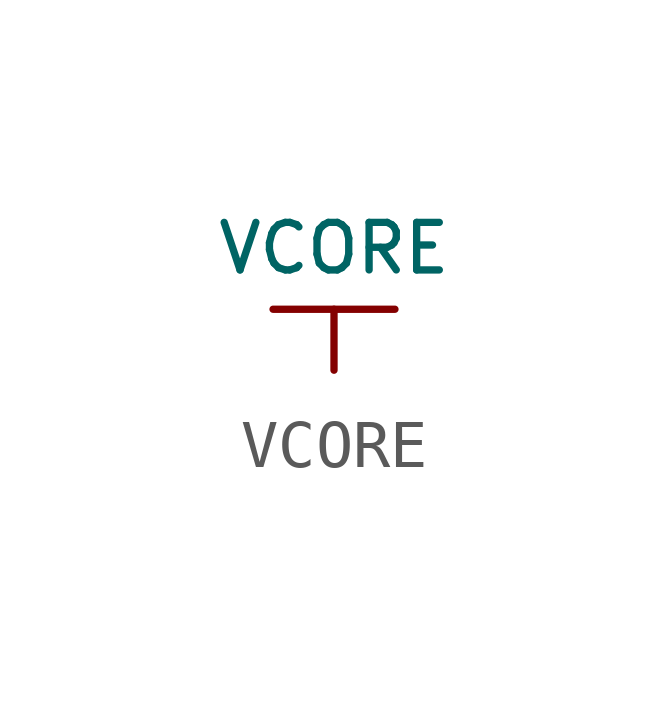
<source format=kicad_sym>
(kicad_symbol_lib
  (version 20220914)
  (generator kicad_symbol_editor)
  (symbol "VCORE"
    (power)
    (pin_numbers hide)
    (pin_names
      (offset 0) hide)
    (property "Reference" "#PWR"
      (at 0 -2.54 0)
      (effects (font (size 1.524 1.524)) hide))
    (property "Value" "VCORE"
      (at 0 1.27 0)
      (effects (font (size 0.991 0.991))))
    (property "Footprint" ""
      (at 0 0 0)
      (effects (font (size 1.524 1.524))))
    (property "Datasheet" ""
      (at 0 0 0)
      (effects (font (size 1.524 1.524))))
    (symbol "VCORE_0_1"
      (polyline (pts (xy -1.27 0) (xy 1.27 0)) (stroke (width 0) (type default)) (fill (type none))))
    (symbol "VCORE_1_1"
      (pin power_in line (at 0 -1.27 90) (length 1.27) (name "VCORE" (effects (font (size 1.27 1.27)))) (number "1" (effects (font (size 1.27 1.27))))))))
</source>
